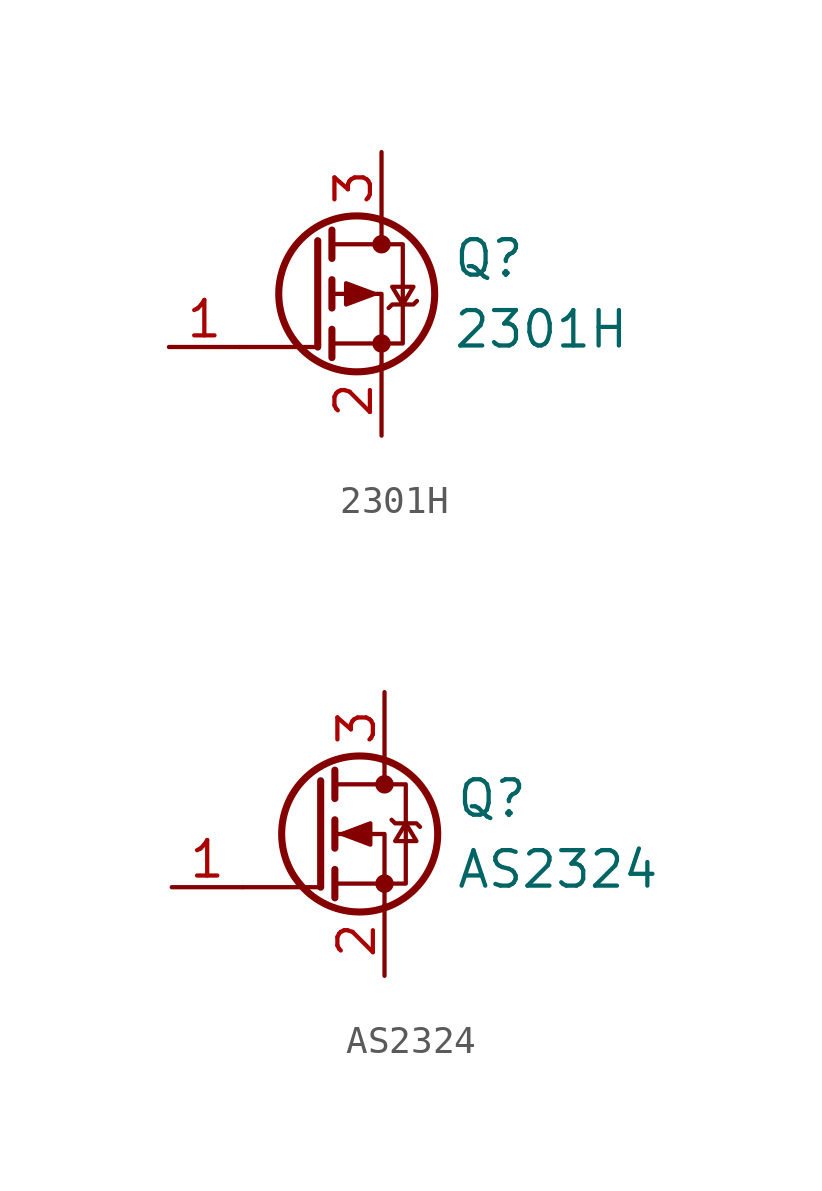
<source format=kicad_sym>
(kicad_symbol_lib
  (version 20231120)
  (generator "kicad_symbol_editor")
  (generator_version "8.0")
  (symbol "2301H"
    (pin_names
      (offset 0) hide)
    (property "Reference" "Q"
      (at 5.08 1.27 0)
      (effects (font (size 1.27 1.27)) (justify left)))
    (property "Value" "2301H"
      (at 5.08 -1.27 0)
      (effects (font (size 1.27 1.27)) (justify left)))
    (symbol "2301H_0_1"
      (polyline (pts (xy 0.254 -1.905) (xy -2.54 -1.905)) (stroke (width 0) (type default)) (fill (type none)))
      (polyline (pts (xy 0.254 1.905) (xy 0.254 -1.905)) (stroke (width 0.254) (type default)) (fill (type none)))
      (polyline (pts (xy 0.762 -1.27) (xy 0.762 -2.286)) (stroke (width 0.254) (type default)) (fill (type none)))
      (polyline (pts (xy 0.762 0.508) (xy 0.762 -0.508)) (stroke (width 0.254) (type default)) (fill (type none)))
      (polyline (pts (xy 0.762 2.286) (xy 0.762 1.27)) (stroke (width 0.254) (type default)) (fill (type none)))
      (polyline (pts (xy 2.54 2.54) (xy 2.54 1.778)) (stroke (width 0) (type default)) (fill (type none)))
      (polyline (pts (xy 2.54 -2.54) (xy 2.54 0) (xy 0.762 0)) (stroke (width 0) (type default)) (fill (type none)))
      (polyline (pts (xy 0.762 1.778) (xy 3.302 1.778) (xy 3.302 -1.778) (xy 0.762 -1.778)) (stroke (width 0) (type default)) (fill (type none)))
      (polyline (pts (xy 2.286 0) (xy 1.27 0.381) (xy 1.27 -0.381) (xy 2.286 0)) (stroke (width 0) (type default)) (fill (type outline)))
      (polyline (pts (xy 2.794 -0.508) (xy 2.921 -0.381) (xy 3.683 -0.381) (xy 3.81 -0.254)) (stroke (width 0) (type default)) (fill (type none)))
      (polyline (pts (xy 3.302 -0.381) (xy 2.921 0.254) (xy 3.683 0.254) (xy 3.302 -0.381)) (stroke (width 0) (type default)) (fill (type none)))
      (circle (center 1.651 0) (radius 2.794) (stroke (width 0.254) (type default)) (fill (type none)))
      (circle (center 2.54 -1.778) (radius 0.254) (stroke (width 0) (type default)) (fill (type outline)))
      (circle (center 2.54 1.778) (radius 0.254) (stroke (width 0) (type default)) (fill (type outline))))
    (symbol "2301H_1_1"
      (pin input line (at -5.08 -1.905 0) (length 2.54) (name "G" (effects (font (size 1.27 1.27)))) (number "1" (effects (font (size 1.27 1.27)))))
      (pin passive line (at 2.54 -5.08 90) (length 2.54) (name "S" (effects (font (size 1.27 1.27)))) (number "2" (effects (font (size 1.27 1.27)))))
      (pin passive line (at 2.54 5.08 270) (length 2.54) (name "D" (effects (font (size 1.27 1.27)))) (number "3" (effects (font (size 1.27 1.27)))))))
  (symbol "AS2324"
    (pin_names
      (offset 0) hide)
    (property "Reference" "Q"
      (at 5.08 1.27 0)
      (effects (font (size 1.27 1.27)) (justify left)))
    (property "Value" "AS2324"
      (at 5.08 -1.27 0)
      (effects (font (size 1.27 1.27)) (justify left)))
    (symbol "AS2324_0_1"
      (polyline (pts (xy 0.254 -1.905) (xy -2.54 -1.905)) (stroke (width 0) (type default)) (fill (type none)))
      (polyline (pts (xy 0.254 1.905) (xy 0.254 -1.905)) (stroke (width 0.254) (type default)) (fill (type none)))
      (polyline (pts (xy 0.762 -1.27) (xy 0.762 -2.286)) (stroke (width 0.254) (type default)) (fill (type none)))
      (polyline (pts (xy 0.762 0.508) (xy 0.762 -0.508)) (stroke (width 0.254) (type default)) (fill (type none)))
      (polyline (pts (xy 0.762 2.286) (xy 0.762 1.27)) (stroke (width 0.254) (type default)) (fill (type none)))
      (polyline (pts (xy 2.54 2.54) (xy 2.54 1.778)) (stroke (width 0) (type default)) (fill (type none)))
      (polyline (pts (xy 2.54 -2.54) (xy 2.54 0) (xy 0.762 0)) (stroke (width 0) (type default)) (fill (type none)))
      (polyline (pts (xy 0.762 -1.778) (xy 3.302 -1.778) (xy 3.302 1.778) (xy 0.762 1.778)) (stroke (width 0) (type default)) (fill (type none)))
      (polyline (pts (xy 1.016 0) (xy 2.032 0.381) (xy 2.032 -0.381) (xy 1.016 0)) (stroke (width 0) (type default)) (fill (type outline)))
      (polyline (pts (xy 2.794 0.508) (xy 2.921 0.381) (xy 3.683 0.381) (xy 3.81 0.254)) (stroke (width 0) (type default)) (fill (type none)))
      (polyline (pts (xy 3.302 0.381) (xy 2.921 -0.254) (xy 3.683 -0.254) (xy 3.302 0.381)) (stroke (width 0) (type default)) (fill (type none)))
      (circle (center 1.651 0) (radius 2.794) (stroke (width 0.254) (type default)) (fill (type none)))
      (circle (center 2.54 -1.778) (radius 0.254) (stroke (width 0) (type default)) (fill (type outline)))
      (circle (center 2.54 1.778) (radius 0.254) (stroke (width 0) (type default)) (fill (type outline))))
    (symbol "AS2324_1_1"
      (pin input line (at -5.08 -1.905 0) (length 2.54) (name "G" (effects (font (size 1.27 1.27)))) (number "1" (effects (font (size 1.27 1.27)))))
      (pin passive line (at 2.54 -5.08 90) (length 2.54) (name "S" (effects (font (size 1.27 1.27)))) (number "2" (effects (font (size 1.27 1.27)))))
      (pin passive line (at 2.54 5.08 270) (length 2.54) (name "D" (effects (font (size 1.27 1.27)))) (number "3" (effects (font (size 1.27 1.27))))))))
</source>
